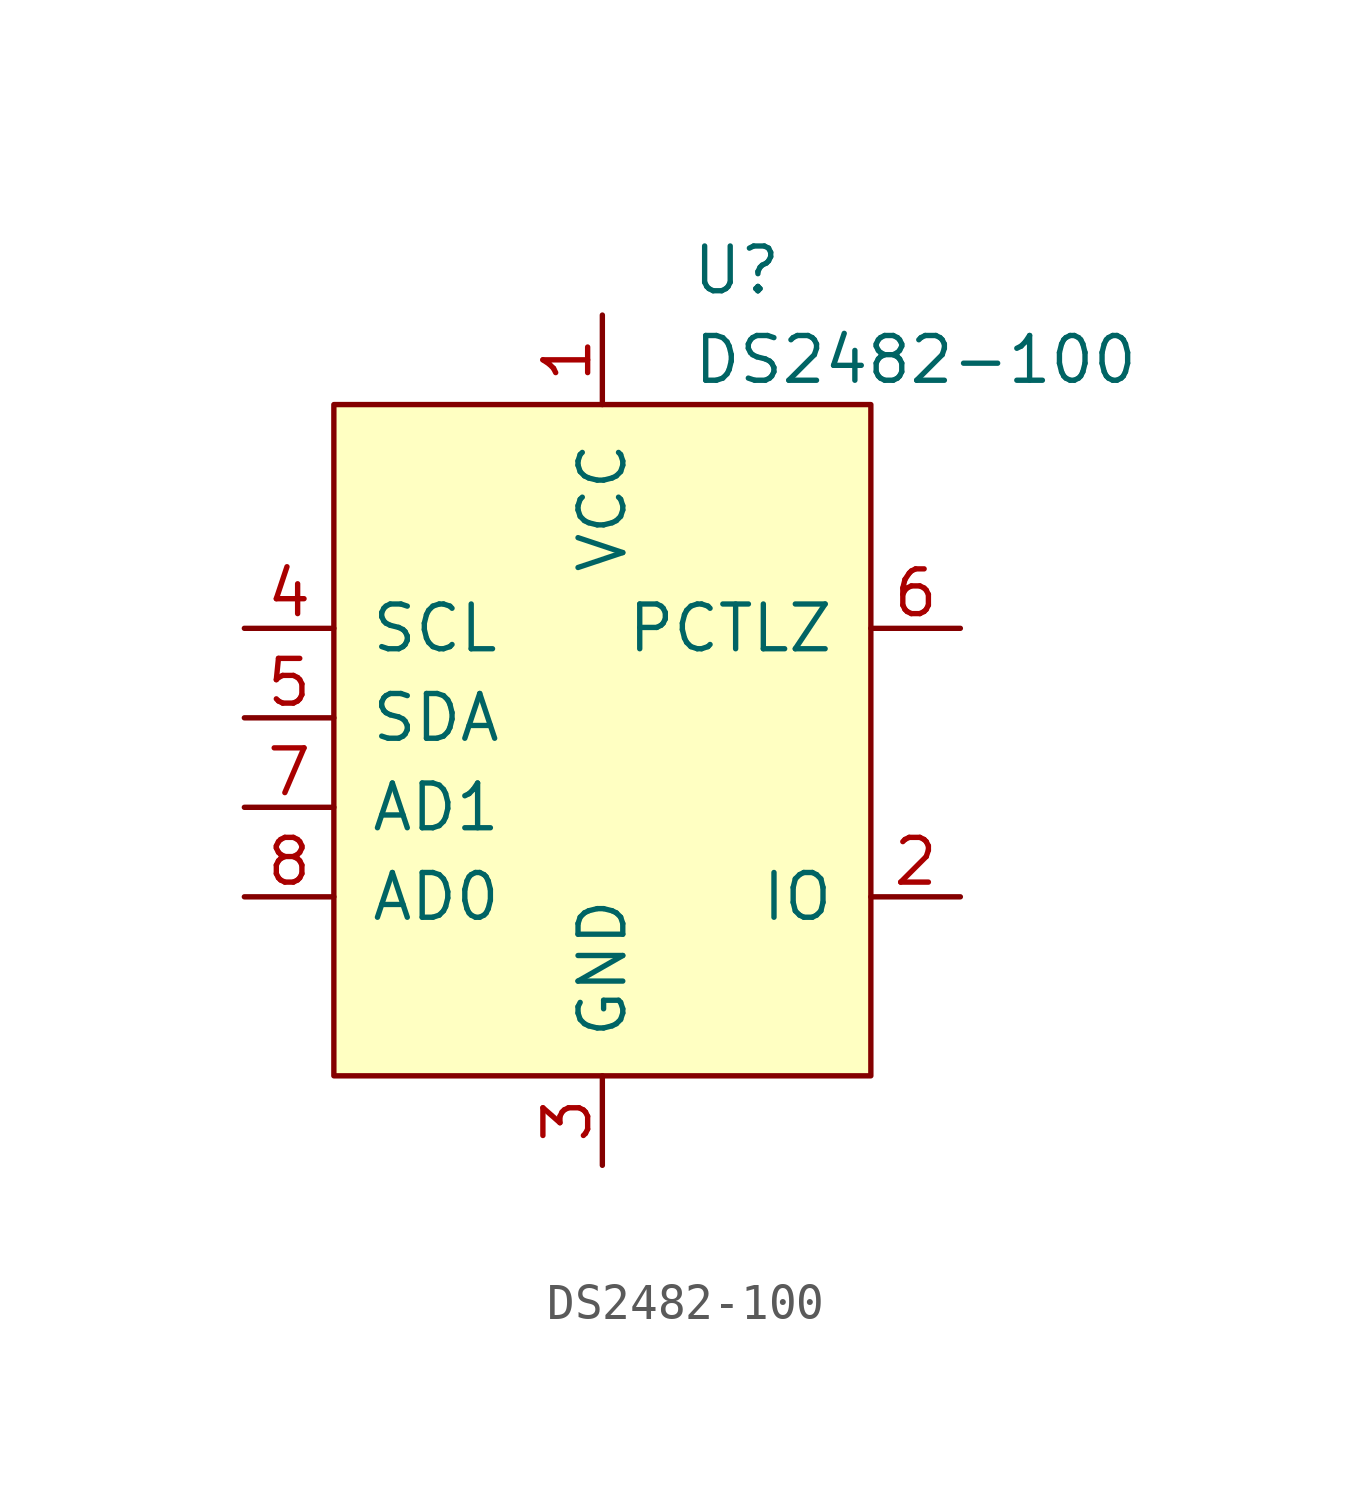
<source format=kicad_sym>
(kicad_symbol_lib
  (version 20211014)
  (generator kicad_symbol_editor)
  (symbol "DS2482-100"
    (pin_names
      (offset 1.016))
    (property "Reference" "U"
      (at 3.81 13.97 0)
      (effects (font (size 1.27 1.27))))
    (property "Value" "DS2482-100"
      (at 8.89 11.43 0)
      (effects (font (size 1.27 1.27))))
    (symbol "DS2482-100_0_1"
      (rectangle (start -7.62 10.16) (end 7.62 -8.89) (stroke (width 0) (type default) (color 0 0 0 0)) (fill (type background))))
    (symbol "DS2482-100_1_1"
      (pin power_in line (at 0 12.7 270) (length 2.54) (name "VCC" (effects (font (size 1.27 1.27)))) (number "1" (effects (font (size 1.27 1.27)))))
      (pin bidirectional line (at 10.16 -3.81 180) (length 2.54) (name "IO" (effects (font (size 1.27 1.27)))) (number "2" (effects (font (size 1.27 1.27)))))
      (pin power_in line (at 0 -11.43 90) (length 2.54) (name "GND" (effects (font (size 1.27 1.27)))) (number "3" (effects (font (size 1.27 1.27)))))
      (pin input line (at -10.16 3.81 0) (length 2.54) (name "SCL" (effects (font (size 1.27 1.27)))) (number "4" (effects (font (size 1.27 1.27)))))
      (pin bidirectional line (at -10.16 1.27 0) (length 2.54) (name "SDA" (effects (font (size 1.27 1.27)))) (number "5" (effects (font (size 1.27 1.27)))))
      (pin output line (at 10.16 3.81 180) (length 2.54) (name "PCTLZ" (effects (font (size 1.27 1.27)))) (number "6" (effects (font (size 1.27 1.27)))))
      (pin input line (at -10.16 -1.27 0) (length 2.54) (name "AD1" (effects (font (size 1.27 1.27)))) (number "7" (effects (font (size 1.27 1.27)))))
      (pin input line (at -10.16 -3.81 0) (length 2.54) (name "AD0" (effects (font (size 1.27 1.27)))) (number "8" (effects (font (size 1.27 1.27))))))))
</source>
